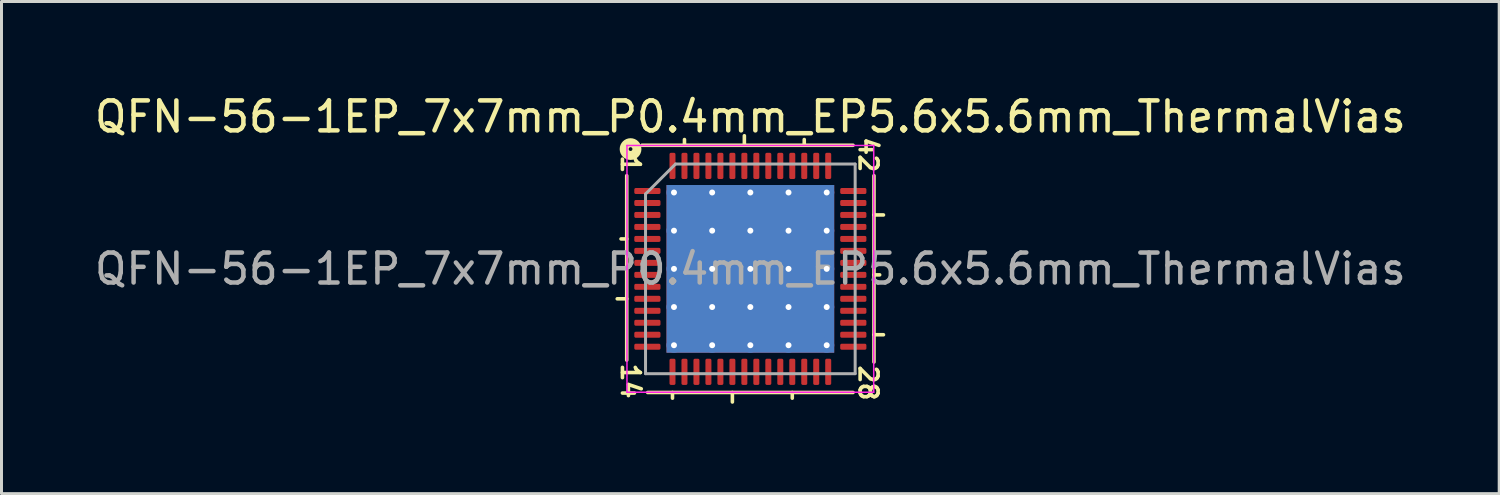
<source format=kicad_pcb>
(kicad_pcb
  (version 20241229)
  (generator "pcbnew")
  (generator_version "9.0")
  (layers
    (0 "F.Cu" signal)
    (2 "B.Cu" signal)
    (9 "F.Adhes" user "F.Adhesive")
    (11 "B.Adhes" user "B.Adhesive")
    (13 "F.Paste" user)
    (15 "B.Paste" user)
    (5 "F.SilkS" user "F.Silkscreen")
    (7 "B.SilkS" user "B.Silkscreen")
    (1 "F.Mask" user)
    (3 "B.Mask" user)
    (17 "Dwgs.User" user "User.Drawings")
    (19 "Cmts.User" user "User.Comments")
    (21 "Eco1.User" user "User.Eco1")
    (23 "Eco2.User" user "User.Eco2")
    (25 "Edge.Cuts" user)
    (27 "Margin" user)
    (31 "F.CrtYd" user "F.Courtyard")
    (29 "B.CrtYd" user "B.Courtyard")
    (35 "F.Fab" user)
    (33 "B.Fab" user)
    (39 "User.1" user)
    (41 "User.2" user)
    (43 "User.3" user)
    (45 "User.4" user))
  (footprint "QFN-56-1EP_7x7mm_P0.4mm_EP5.6x5.6mm_ThermalVias"
    (layer "F.Cu")
    (at 22.006 5.928)
    (property "Reference" "QFN-56-1EP_7x7mm_P0.4mm_EP5.6x5.6mm_ThermalVias" (at 0 -5.08 0) (layer "F.SilkS") (effects (font (size 1 1) (thickness 0.15))))
    (attr smd)
    (fp_line (start -4.128 -3.111) (end -4.128 3.048) (stroke (width 0.12) (type solid)) (layer "F.SilkS"))
    (fp_line (start -4.128 -1) (end -4.318 -1) (stroke (width 0.12) (type solid)) (layer "F.SilkS"))
    (fp_line (start -4.128 1) (end -4.445 1) (stroke (width 0.12) (type solid)) (layer "F.SilkS"))
    (fp_line (start -3.429 4.128) (end 3.429 4.128) (stroke (width 0.12) (type solid)) (layer "F.SilkS"))
    (fp_line (start -2.6 4.128) (end -2.6 4.318) (stroke (width 0.12) (type solid)) (layer "F.SilkS"))
    (fp_line (start -2.2 -4.128) (end -2.2 -4.318) (stroke (width 0.12) (type solid)) (layer "F.SilkS"))
    (fp_line (start -0.6 4.128) (end -0.6 4.445) (stroke (width 0.12) (type solid)) (layer "F.SilkS"))
    (fp_line (start -0.2 -4.128) (end -0.2 -4.445) (stroke (width 0.12) (type solid)) (layer "F.SilkS"))
    (fp_line (start 1.4 4.128) (end 1.4 4.318) (stroke (width 0.12) (type solid)) (layer "F.SilkS"))
    (fp_line (start 1.8 -4.128) (end 1.8 -4.318) (stroke (width 0.12) (type solid)) (layer "F.SilkS"))
    (fp_line (start 3.429 -4.128) (end -3.619 -4.128) (stroke (width 0.12) (type solid)) (layer "F.SilkS"))
    (fp_line (start 4.128 -1.8) (end 4.445 -1.8) (stroke (width 0.12) (type solid)) (layer "F.SilkS"))
    (fp_line (start 4.128 0.2) (end 4.318 0.2) (stroke (width 0.12) (type solid)) (layer "F.SilkS"))
    (fp_line (start 4.128 2.2) (end 4.445 2.2) (stroke (width 0.12) (type solid)) (layer "F.SilkS"))
    (fp_line (start 4.128 3.111) (end 4.128 -3.111) (stroke (width 0.12) (type solid)) (layer "F.SilkS"))
    (fp_circle (center -4 -4) (end -3.937 -4) (stroke (width 0.3) (type solid)) (fill no) (layer "F.SilkS"))
    (fp_line (start -4.12 -4.12) (end -4.12 4.12) (stroke (width 0.05) (type solid)) (layer "F.CrtYd"))
    (fp_line (start -4.12 4.12) (end 4.12 4.12) (stroke (width 0.05) (type solid)) (layer "F.CrtYd"))
    (fp_line (start 4.12 -4.12) (end -4.12 -4.12) (stroke (width 0.05) (type solid)) (layer "F.CrtYd"))
    (fp_line (start 4.12 4.12) (end 4.12 -4.12) (stroke (width 0.05) (type solid)) (layer "F.CrtYd"))
    (fp_line (start -3.5 -2.5) (end -2.5 -3.5) (stroke (width 0.1) (type solid)) (layer "F.Fab"))
    (fp_line (start -3.5 3.5) (end -3.5 -2.5) (stroke (width 0.1) (type solid)) (layer "F.Fab"))
    (fp_line (start -2.5 -3.5) (end 3.5 -3.5) (stroke (width 0.1) (type solid)) (layer "F.Fab"))
    (fp_line (start 3.5 -3.5) (end 3.5 3.5) (stroke (width 0.1) (type solid)) (layer "F.Fab"))
    (fp_line (start 3.5 3.5) (end -3.5 3.5) (stroke (width 0.1) (type solid)) (layer "F.Fab"))
    (fp_text user "1" (at -4 -3.493 270) (unlocked yes) (layer "F.SilkS") (effects (font (size 0.6 0.6) (thickness 0.12))))
    (fp_text user "42" (at 3.937 -3.81 270) (unlocked yes) (layer "F.SilkS") (effects (font (size 0.6 0.6) (thickness 0.12))))
    (fp_text user "14" (at -4 3.747 270) (unlocked yes) (layer "F.SilkS") (effects (font (size 0.6 0.6) (thickness 0.12))))
    (fp_text user "28" (at 3.937 3.81 270) (unlocked yes) (layer "F.SilkS") (effects (font (size 0.6 0.6) (thickness 0.12))))
    (fp_text user "${REFERENCE}" (at 0 0 0) (layer "F.Fab") (effects (font (size 1 1) (thickness 0.15))))
    (pad "" smd roundrect (at -1.913 -1.913) (size 1.084 1.084) (layers "F.Paste") (roundrect_rratio 0.231))
    (pad "" smd roundrect (at -1.913 -0.637) (size 1.084 1.084) (layers "F.Paste") (roundrect_rratio 0.231))
    (pad "" smd roundrect (at -1.913 0.637) (size 1.084 1.084) (layers "F.Paste") (roundrect_rratio 0.231))
    (pad "" smd roundrect (at -1.913 1.913) (size 1.084 1.084) (layers "F.Paste") (roundrect_rratio 0.231))
    (pad "" smd roundrect (at -0.637 -1.913) (size 1.084 1.084) (layers "F.Paste") (roundrect_rratio 0.231))
    (pad "" smd roundrect (at -0.637 -0.637) (size 1.084 1.084) (layers "F.Paste") (roundrect_rratio 0.231))
    (pad "" smd roundrect (at -0.637 0.637) (size 1.084 1.084) (layers "F.Paste") (roundrect_rratio 0.231))
    (pad "" smd roundrect (at -0.637 1.913) (size 1.084 1.084) (layers "F.Paste") (roundrect_rratio 0.231))
    (pad "" smd roundrect (at 0.637 -1.913) (size 1.084 1.084) (layers "F.Paste") (roundrect_rratio 0.231))
    (pad "" smd roundrect (at 0.637 -0.637) (size 1.084 1.084) (layers "F.Paste") (roundrect_rratio 0.231))
    (pad "" smd roundrect (at 0.637 0.637) (size 1.084 1.084) (layers "F.Paste") (roundrect_rratio 0.231))
    (pad "" smd roundrect (at 0.637 1.913) (size 1.084 1.084) (layers "F.Paste") (roundrect_rratio 0.231))
    (pad "" smd roundrect (at 1.913 -1.913) (size 1.084 1.084) (layers "F.Paste") (roundrect_rratio 0.231))
    (pad "" smd roundrect (at 1.913 -0.637) (size 1.084 1.084) (layers "F.Paste") (roundrect_rratio 0.231))
    (pad "" smd roundrect (at 1.913 0.637) (size 1.084 1.084) (layers "F.Paste") (roundrect_rratio 0.231))
    (pad "" smd roundrect (at 1.913 1.913) (size 1.084 1.084) (layers "F.Paste") (roundrect_rratio 0.231))
    (pad "1" smd roundrect (at -3.438 -2.6) (size 0.875 0.2) (layers "F.Cu" "F.Mask" "F.Paste") (roundrect_rratio 0.25))
    (pad "2" smd roundrect (at -3.438 -2.2) (size 0.875 0.2) (layers "F.Cu" "F.Mask" "F.Paste") (roundrect_rratio 0.25))
    (pad "3" smd roundrect (at -3.438 -1.8) (size 0.875 0.2) (layers "F.Cu" "F.Mask" "F.Paste") (roundrect_rratio 0.25))
    (pad "4" smd roundrect (at -3.438 -1.4) (size 0.875 0.2) (layers "F.Cu" "F.Mask" "F.Paste") (roundrect_rratio 0.25))
    (pad "5" smd roundrect (at -3.438 -1) (size 0.875 0.2) (layers "F.Cu" "F.Mask" "F.Paste") (roundrect_rratio 0.25))
    (pad "6" smd roundrect (at -3.438 -0.6) (size 0.875 0.2) (layers "F.Cu" "F.Mask" "F.Paste") (roundrect_rratio 0.25))
    (pad "7" smd roundrect (at -3.438 -0.2) (size 0.875 0.2) (layers "F.Cu" "F.Mask" "F.Paste") (roundrect_rratio 0.25))
    (pad "8" smd roundrect (at -3.438 0.2) (size 0.875 0.2) (layers "F.Cu" "F.Mask" "F.Paste") (roundrect_rratio 0.25))
    (pad "9" smd roundrect (at -3.438 0.6) (size 0.875 0.2) (layers "F.Cu" "F.Mask" "F.Paste") (roundrect_rratio 0.25))
    (pad "10" smd roundrect (at -3.438 1) (size 0.875 0.2) (layers "F.Cu" "F.Mask" "F.Paste") (roundrect_rratio 0.25))
    (pad "11" smd roundrect (at -3.438 1.4) (size 0.875 0.2) (layers "F.Cu" "F.Mask" "F.Paste") (roundrect_rratio 0.25))
    (pad "12" smd roundrect (at -3.438 1.8) (size 0.875 0.2) (layers "F.Cu" "F.Mask" "F.Paste") (roundrect_rratio 0.25))
    (pad "13" smd roundrect (at -3.438 2.2) (size 0.875 0.2) (layers "F.Cu" "F.Mask" "F.Paste") (roundrect_rratio 0.25))
    (pad "14" smd roundrect (at -3.438 2.6) (size 0.875 0.2) (layers "F.Cu" "F.Mask" "F.Paste") (roundrect_rratio 0.25))
    (pad "15" smd roundrect (at -2.6 3.438) (size 0.2 0.875) (layers "F.Cu" "F.Mask" "F.Paste") (roundrect_rratio 0.25))
    (pad "16" smd roundrect (at -2.2 3.438) (size 0.2 0.875) (layers "F.Cu" "F.Mask" "F.Paste") (roundrect_rratio 0.25))
    (pad "17" smd roundrect (at -1.8 3.438) (size 0.2 0.875) (layers "F.Cu" "F.Mask" "F.Paste") (roundrect_rratio 0.25))
    (pad "18" smd roundrect (at -1.4 3.438) (size 0.2 0.875) (layers "F.Cu" "F.Mask" "F.Paste") (roundrect_rratio 0.25))
    (pad "19" smd roundrect (at -1 3.438) (size 0.2 0.875) (layers "F.Cu" "F.Mask" "F.Paste") (roundrect_rratio 0.25))
    (pad "20" smd roundrect (at -0.6 3.438) (size 0.2 0.875) (layers "F.Cu" "F.Mask" "F.Paste") (roundrect_rratio 0.25))
    (pad "21" smd roundrect (at -0.2 3.438) (size 0.2 0.875) (layers "F.Cu" "F.Mask" "F.Paste") (roundrect_rratio 0.25))
    (pad "22" smd roundrect (at 0.2 3.438) (size 0.2 0.875) (layers "F.Cu" "F.Mask" "F.Paste") (roundrect_rratio 0.25))
    (pad "23" smd roundrect (at 0.6 3.438) (size 0.2 0.875) (layers "F.Cu" "F.Mask" "F.Paste") (roundrect_rratio 0.25))
    (pad "24" smd roundrect (at 1 3.438) (size 0.2 0.875) (layers "F.Cu" "F.Mask" "F.Paste") (roundrect_rratio 0.25))
    (pad "25" smd roundrect (at 1.4 3.438) (size 0.2 0.875) (layers "F.Cu" "F.Mask" "F.Paste") (roundrect_rratio 0.25))
    (pad "26" smd roundrect (at 1.8 3.438) (size 0.2 0.875) (layers "F.Cu" "F.Mask" "F.Paste") (roundrect_rratio 0.25))
    (pad "27" smd roundrect (at 2.2 3.438) (size 0.2 0.875) (layers "F.Cu" "F.Mask" "F.Paste") (roundrect_rratio 0.25))
    (pad "28" smd roundrect (at 2.6 3.438) (size 0.2 0.875) (layers "F.Cu" "F.Mask" "F.Paste") (roundrect_rratio 0.25))
    (pad "29" smd roundrect (at 3.438 2.6) (size 0.875 0.2) (layers "F.Cu" "F.Mask" "F.Paste") (roundrect_rratio 0.25))
    (pad "30" smd roundrect (at 3.438 2.2) (size 0.875 0.2) (layers "F.Cu" "F.Mask" "F.Paste") (roundrect_rratio 0.25))
    (pad "31" smd roundrect (at 3.438 1.8) (size 0.875 0.2) (layers "F.Cu" "F.Mask" "F.Paste") (roundrect_rratio 0.25))
    (pad "32" smd roundrect (at 3.438 1.4) (size 0.875 0.2) (layers "F.Cu" "F.Mask" "F.Paste") (roundrect_rratio 0.25))
    (pad "33" smd roundrect (at 3.438 1) (size 0.875 0.2) (layers "F.Cu" "F.Mask" "F.Paste") (roundrect_rratio 0.25))
    (pad "34" smd roundrect (at 3.438 0.6) (size 0.875 0.2) (layers "F.Cu" "F.Mask" "F.Paste") (roundrect_rratio 0.25))
    (pad "35" smd roundrect (at 3.438 0.2) (size 0.875 0.2) (layers "F.Cu" "F.Mask" "F.Paste") (roundrect_rratio 0.25))
    (pad "36" smd roundrect (at 3.438 -0.2) (size 0.875 0.2) (layers "F.Cu" "F.Mask" "F.Paste") (roundrect_rratio 0.25))
    (pad "37" smd roundrect (at 3.438 -0.6) (size 0.875 0.2) (layers "F.Cu" "F.Mask" "F.Paste") (roundrect_rratio 0.25))
    (pad "38" smd roundrect (at 3.438 -1) (size 0.875 0.2) (layers "F.Cu" "F.Mask" "F.Paste") (roundrect_rratio 0.25))
    (pad "39" smd roundrect (at 3.438 -1.4) (size 0.875 0.2) (layers "F.Cu" "F.Mask" "F.Paste") (roundrect_rratio 0.25))
    (pad "40" smd roundrect (at 3.438 -1.8) (size 0.875 0.2) (layers "F.Cu" "F.Mask" "F.Paste") (roundrect_rratio 0.25))
    (pad "41" smd roundrect (at 3.438 -2.2) (size 0.875 0.2) (layers "F.Cu" "F.Mask" "F.Paste") (roundrect_rratio 0.25))
    (pad "42" smd roundrect (at 3.438 -2.6) (size 0.875 0.2) (layers "F.Cu" "F.Mask" "F.Paste") (roundrect_rratio 0.25))
    (pad "43" smd roundrect (at 2.6 -3.438) (size 0.2 0.875) (layers "F.Cu" "F.Mask" "F.Paste") (roundrect_rratio 0.25))
    (pad "44" smd roundrect (at 2.2 -3.438) (size 0.2 0.875) (layers "F.Cu" "F.Mask" "F.Paste") (roundrect_rratio 0.25))
    (pad "45" smd roundrect (at 1.8 -3.438) (size 0.2 0.875) (layers "F.Cu" "F.Mask" "F.Paste") (roundrect_rratio 0.25))
    (pad "46" smd roundrect (at 1.4 -3.438) (size 0.2 0.875) (layers "F.Cu" "F.Mask" "F.Paste") (roundrect_rratio 0.25))
    (pad "47" smd roundrect (at 1 -3.438) (size 0.2 0.875) (layers "F.Cu" "F.Mask" "F.Paste") (roundrect_rratio 0.25))
    (pad "48" smd roundrect (at 0.6 -3.438) (size 0.2 0.875) (layers "F.Cu" "F.Mask" "F.Paste") (roundrect_rratio 0.25))
    (pad "49" smd roundrect (at 0.2 -3.438) (size 0.2 0.875) (layers "F.Cu" "F.Mask" "F.Paste") (roundrect_rratio 0.25))
    (pad "50" smd roundrect (at -0.2 -3.438) (size 0.2 0.875) (layers "F.Cu" "F.Mask" "F.Paste") (roundrect_rratio 0.25))
    (pad "51" smd roundrect (at -0.6 -3.438) (size 0.2 0.875) (layers "F.Cu" "F.Mask" "F.Paste") (roundrect_rratio 0.25))
    (pad "52" smd roundrect (at -1 -3.438) (size 0.2 0.875) (layers "F.Cu" "F.Mask" "F.Paste") (roundrect_rratio 0.25))
    (pad "53" smd roundrect (at -1.4 -3.438) (size 0.2 0.875) (layers "F.Cu" "F.Mask" "F.Paste") (roundrect_rratio 0.25))
    (pad "54" smd roundrect (at -1.8 -3.438) (size 0.2 0.875) (layers "F.Cu" "F.Mask" "F.Paste") (roundrect_rratio 0.25))
    (pad "55" smd roundrect (at -2.2 -3.438) (size 0.2 0.875) (layers "F.Cu" "F.Mask" "F.Paste") (roundrect_rratio 0.25))
    (pad "56" smd roundrect (at -2.6 -3.438) (size 0.2 0.875) (layers "F.Cu" "F.Mask" "F.Paste") (roundrect_rratio 0.25))
    (pad "57" thru_hole circle (at -2.55 -2.55) (size 0.5 0.5) (drill 0.2) (layers "*.Cu"))
    (pad "57" thru_hole circle (at -2.55 -1.275) (size 0.5 0.5) (drill 0.2) (layers "*.Cu"))
    (pad "57" thru_hole circle (at -2.55 0) (size 0.5 0.5) (drill 0.2) (layers "*.Cu"))
    (pad "57" thru_hole circle (at -2.55 1.275) (size 0.5 0.5) (drill 0.2) (layers "*.Cu"))
    (pad "57" thru_hole circle (at -2.55 2.55) (size 0.5 0.5) (drill 0.2) (layers "*.Cu"))
    (pad "57" thru_hole circle (at -1.275 -2.55) (size 0.5 0.5) (drill 0.2) (layers "*.Cu"))
    (pad "57" thru_hole circle (at -1.275 -1.275) (size 0.5 0.5) (drill 0.2) (layers "*.Cu"))
    (pad "57" thru_hole circle (at -1.275 0) (size 0.5 0.5) (drill 0.2) (layers "*.Cu"))
    (pad "57" thru_hole circle (at -1.275 1.275) (size 0.5 0.5) (drill 0.2) (layers "*.Cu"))
    (pad "57" thru_hole circle (at -1.275 2.55) (size 0.5 0.5) (drill 0.2) (layers "*.Cu"))
    (pad "57" thru_hole circle (at 0 -2.55) (size 0.5 0.5) (drill 0.2) (layers "*.Cu"))
    (pad "57" thru_hole circle (at 0 -1.275) (size 0.5 0.5) (drill 0.2) (layers "*.Cu"))
    (pad "57" thru_hole circle (at 0 0) (size 0.5 0.5) (drill 0.2) (layers "*.Cu"))
    (pad "57" smd rect (at 0 0) (size 5.6 5.6) (layers "F.Cu" "F.Mask"))
    (pad "57" smd rect (at 0 0) (size 5.6 5.6) (layers "B.Cu" "B.Mask"))
    (pad "57" thru_hole circle (at 0 1.275) (size 0.5 0.5) (drill 0.2) (layers "*.Cu"))
    (pad "57" thru_hole circle (at 0 2.55) (size 0.5 0.5) (drill 0.2) (layers "*.Cu"))
    (pad "57" thru_hole circle (at 1.275 -2.55) (size 0.5 0.5) (drill 0.2) (layers "*.Cu"))
    (pad "57" thru_hole circle (at 1.275 -1.275) (size 0.5 0.5) (drill 0.2) (layers "*.Cu"))
    (pad "57" thru_hole circle (at 1.275 0) (size 0.5 0.5) (drill 0.2) (layers "*.Cu"))
    (pad "57" thru_hole circle (at 1.275 1.275) (size 0.5 0.5) (drill 0.2) (layers "*.Cu"))
    (pad "57" thru_hole circle (at 1.275 2.55) (size 0.5 0.5) (drill 0.2) (layers "*.Cu"))
    (pad "57" thru_hole circle (at 2.55 -2.55) (size 0.5 0.5) (drill 0.2) (layers "*.Cu"))
    (pad "57" thru_hole circle (at 2.55 -1.275) (size 0.5 0.5) (drill 0.2) (layers "*.Cu"))
    (pad "57" thru_hole circle (at 2.55 0) (size 0.5 0.5) (drill 0.2) (layers "*.Cu"))
    (pad "57" thru_hole circle (at 2.55 1.275) (size 0.5 0.5) (drill 0.2) (layers "*.Cu"))
    (pad "57" thru_hole circle (at 2.55 2.55) (size 0.5 0.5) (drill 0.2) (layers "*.Cu")))
  (gr_rect
    (start -3 -3)
    (end 47.012 13.433)
    (stroke (width 0.1) (type default))
    (fill no)
    (layer "Edge.Cuts")))
</source>
